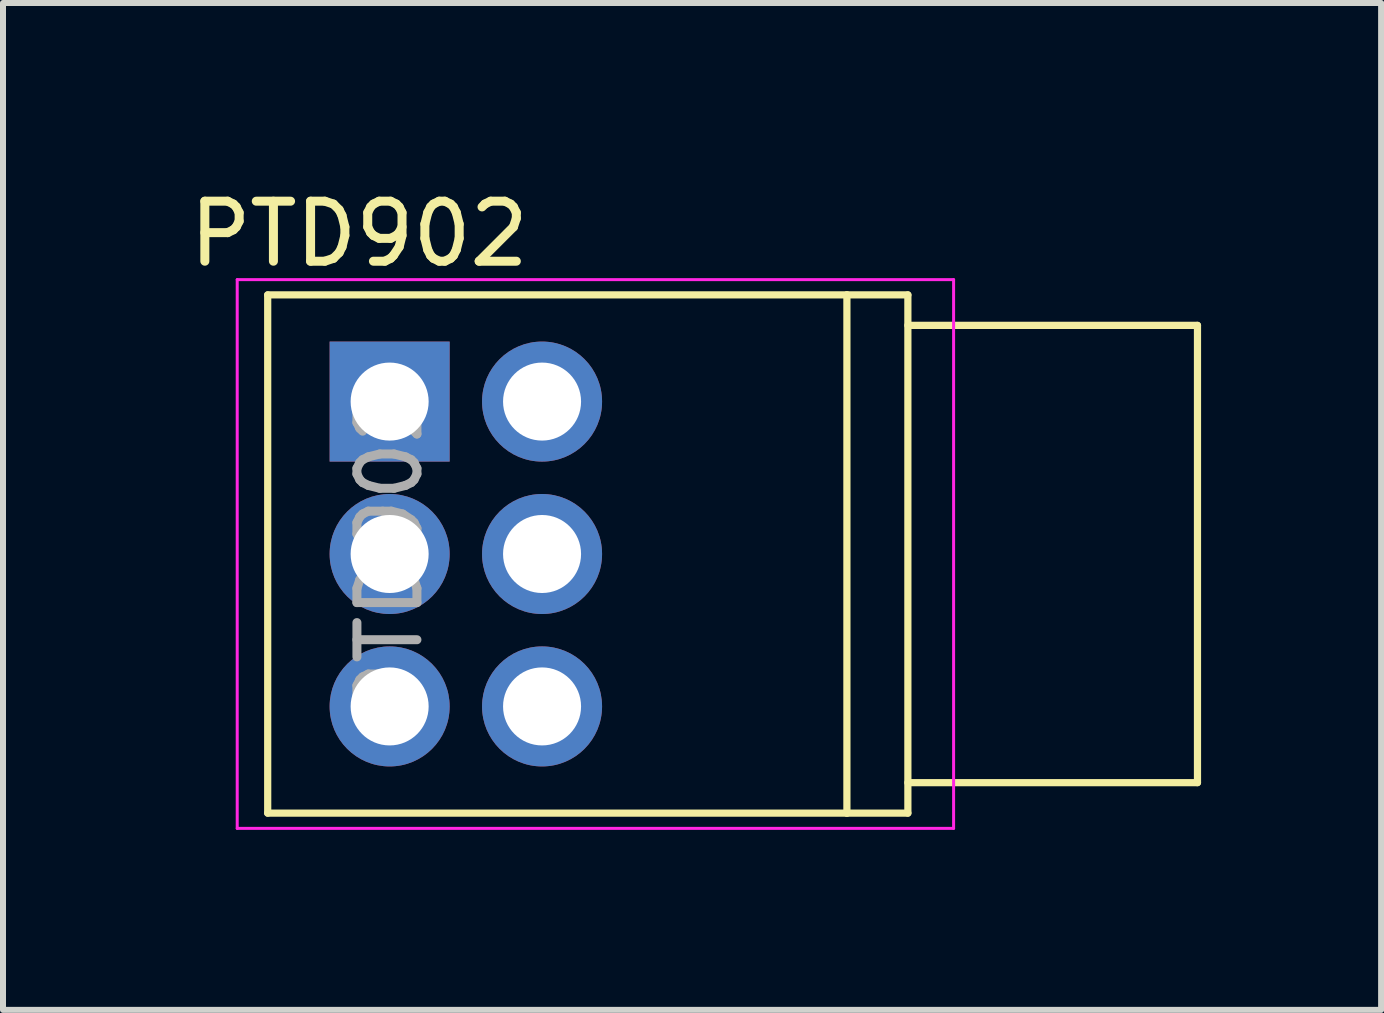
<source format=kicad_pcb>
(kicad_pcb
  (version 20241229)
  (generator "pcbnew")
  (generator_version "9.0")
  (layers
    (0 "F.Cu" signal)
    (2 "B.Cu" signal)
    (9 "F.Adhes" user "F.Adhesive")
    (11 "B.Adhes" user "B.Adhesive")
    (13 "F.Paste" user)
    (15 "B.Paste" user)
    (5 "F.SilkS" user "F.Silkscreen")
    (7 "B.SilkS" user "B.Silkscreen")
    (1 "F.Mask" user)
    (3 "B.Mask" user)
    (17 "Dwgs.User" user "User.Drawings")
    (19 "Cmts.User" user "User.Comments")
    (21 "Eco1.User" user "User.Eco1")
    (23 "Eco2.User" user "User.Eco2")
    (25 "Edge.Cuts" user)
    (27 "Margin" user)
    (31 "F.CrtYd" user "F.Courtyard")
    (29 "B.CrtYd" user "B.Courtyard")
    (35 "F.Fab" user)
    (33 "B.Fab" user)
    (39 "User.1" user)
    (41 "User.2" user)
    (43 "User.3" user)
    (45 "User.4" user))
  (footprint "PTD902"
    (layer "F.Cu")
    (at 3.443 3.642)
    (property "Reference" "PTD902" (at -0.508 -2.794 0) (layer "F.SilkS") (effects (font (size 1 1) (thickness 0.15))))
    (attr through_hole)
    (fp_line (start -2.032 -1.778) (end -2.032 6.858) (stroke (width 0.12) (type solid)) (layer "F.SilkS"))
    (fp_line (start -2.032 6.858) (end 7.62 6.858) (stroke (width 0.12) (type solid)) (layer "F.SilkS"))
    (fp_line (start 7.62 -1.778) (end -2.032 -1.778) (stroke (width 0.12) (type solid)) (layer "F.SilkS"))
    (fp_line (start 7.62 -1.778) (end 8.636 -1.778) (stroke (width 0.12) (type solid)) (layer "F.SilkS"))
    (fp_line (start 7.62 6.858) (end 7.62 -1.778) (stroke (width 0.12) (type solid)) (layer "F.SilkS"))
    (fp_line (start 8.636 -1.778) (end 8.636 6.858) (stroke (width 0.12) (type solid)) (layer "F.SilkS"))
    (fp_line (start 8.636 -1.27) (end 13.462 -1.27) (stroke (width 0.12) (type solid)) (layer "F.SilkS"))
    (fp_line (start 8.636 6.858) (end 7.62 6.858) (stroke (width 0.12) (type solid)) (layer "F.SilkS"))
    (fp_line (start 13.462 -1.27) (end 13.462 6.35) (stroke (width 0.12) (type solid)) (layer "F.SilkS"))
    (fp_line (start 13.462 6.35) (end 8.636 6.35) (stroke (width 0.12) (type solid)) (layer "F.SilkS"))
    (fp_line (start -2.54 -2.032) (end -2.54 7.112) (stroke (width 0.05) (type solid)) (layer "F.CrtYd"))
    (fp_line (start -2.54 7.112) (end 9.398 7.112) (stroke (width 0.05) (type solid)) (layer "F.CrtYd"))
    (fp_line (start 9.398 -2.032) (end -2.54 -2.032) (stroke (width 0.05) (type solid)) (layer "F.CrtYd"))
    (fp_line (start 9.398 7.112) (end 9.398 -2.032) (stroke (width 0.05) (type solid)) (layer "F.CrtYd"))
    (fp_text user "${REFERENCE}" (at 0 2.54 90) (layer "F.Fab") (effects (font (size 1 1) (thickness 0.15))))
    (pad "1" thru_hole rect (at 0 0) (size 2 2) (drill 1.3) (layers "*.Cu" "*.Mask"))
    (pad "2" thru_hole circle (at 0 2.54) (size 2 2) (drill 1.3) (layers "*.Cu" "*.Mask"))
    (pad "3" thru_hole circle (at 0 5.08) (size 2 2) (drill 1.3) (layers "*.Cu" "*.Mask"))
    (pad "4" thru_hole circle (at 2.54 0) (size 2 2) (drill 1.3) (layers "*.Cu" "*.Mask"))
    (pad "5" thru_hole circle (at 2.54 2.54) (size 2 2) (drill 1.3) (layers "*.Cu" "*.Mask"))
    (pad "6" thru_hole circle (at 2.54 5.08) (size 2 2) (drill 1.3) (layers "*.Cu" "*.Mask")))
  (gr_rect
    (start -3 -3)
    (end 19.965 13.779)
    (stroke (width 0.1) (type default))
    (fill no)
    (layer "Edge.Cuts")))
</source>
